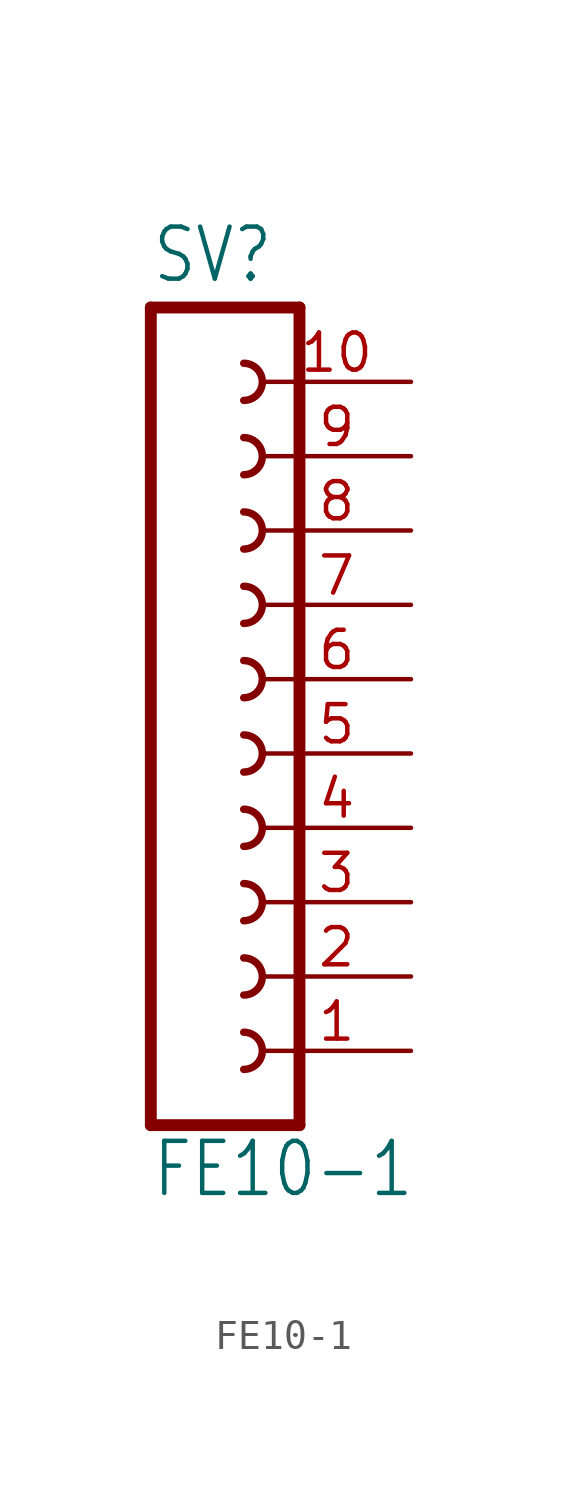
<source format=kicad_sym>
(kicad_symbol_lib
  (version 20211014)
  (generator kicad_symbol_editor)
  (symbol "FE10-1"
    (property "Reference" "SV"
      (at -1.27 16.002 0)
      (effects (font (size 1.778 1.511)) (justify left bottom)))
    (property "Value" "FE10-1"
      (at -1.27 -15.24 0)
      (effects (font (size 1.778 1.511)) (justify left bottom)))
    (property "ki_locked" ""
      (at 0 0 0)
      (effects (font (size 1.27 1.27))))
    (symbol "FE10-1_1_0"
      (polyline (pts (xy -1.27 15.24) (xy -1.27 -12.7)) (stroke (width 0.406) (type default) (color 0 0 0 0)) (fill (type none)))
      (polyline (pts (xy -1.27 15.24) (xy 3.81 15.24)) (stroke (width 0.406) (type default) (color 0 0 0 0)) (fill (type none)))
      (polyline (pts (xy 3.81 -12.7) (xy -1.27 -12.7)) (stroke (width 0.406) (type default) (color 0 0 0 0)) (fill (type none)))
      (polyline (pts (xy 3.81 -12.7) (xy 3.81 15.24)) (stroke (width 0.406) (type default) (color 0 0 0 0)) (fill (type none)))
      (arc (start 1.905 -10.795) (mid 2.54 -10.16) (end 1.905 -9.525) (stroke (width 0.254) (type default) (color 0 0 0 0)) (fill (type none)))
      (arc (start 1.905 -8.255) (mid 2.54 -7.62) (end 1.905 -6.985) (stroke (width 0.254) (type default) (color 0 0 0 0)) (fill (type none)))
      (arc (start 1.905 -5.715) (mid 2.54 -5.08) (end 1.905 -4.445) (stroke (width 0.254) (type default) (color 0 0 0 0)) (fill (type none)))
      (arc (start 1.905 -3.175) (mid 2.54 -2.54) (end 1.905 -1.905) (stroke (width 0.254) (type default) (color 0 0 0 0)) (fill (type none)))
      (arc (start 1.905 -0.635) (mid 2.54 0) (end 1.905 0.635) (stroke (width 0.254) (type default) (color 0 0 0 0)) (fill (type none)))
      (arc (start 1.905 1.905) (mid 2.54 2.54) (end 1.905 3.175) (stroke (width 0.254) (type default) (color 0 0 0 0)) (fill (type none)))
      (arc (start 1.905 4.445) (mid 2.54 5.08) (end 1.905 5.715) (stroke (width 0.254) (type default) (color 0 0 0 0)) (fill (type none)))
      (arc (start 1.905 6.985) (mid 2.54 7.62) (end 1.905 8.255) (stroke (width 0.254) (type default) (color 0 0 0 0)) (fill (type none)))
      (arc (start 1.905 9.525) (mid 2.54 10.16) (end 1.905 10.795) (stroke (width 0.254) (type default) (color 0 0 0 0)) (fill (type none)))
      (arc (start 1.905 12.065) (mid 2.54 12.7) (end 1.905 13.335) (stroke (width 0.254) (type default) (color 0 0 0 0)) (fill (type none)))
      (pin passive line (at 7.62 -10.16 180) (length 5.08) (name "1" (effects (font (size 0 0)))) (number "1" (effects (font (size 1.27 1.27)))))
      (pin passive line (at 7.62 12.7 180) (length 5.08) (name "10" (effects (font (size 0 0)))) (number "10" (effects (font (size 1.27 1.27)))))
      (pin passive line (at 7.62 -7.62 180) (length 5.08) (name "2" (effects (font (size 0 0)))) (number "2" (effects (font (size 1.27 1.27)))))
      (pin passive line (at 7.62 -5.08 180) (length 5.08) (name "3" (effects (font (size 0 0)))) (number "3" (effects (font (size 1.27 1.27)))))
      (pin passive line (at 7.62 -2.54 180) (length 5.08) (name "4" (effects (font (size 0 0)))) (number "4" (effects (font (size 1.27 1.27)))))
      (pin passive line (at 7.62 0 180) (length 5.08) (name "5" (effects (font (size 0 0)))) (number "5" (effects (font (size 1.27 1.27)))))
      (pin passive line (at 7.62 2.54 180) (length 5.08) (name "6" (effects (font (size 0 0)))) (number "6" (effects (font (size 1.27 1.27)))))
      (pin passive line (at 7.62 5.08 180) (length 5.08) (name "7" (effects (font (size 0 0)))) (number "7" (effects (font (size 1.27 1.27)))))
      (pin passive line (at 7.62 7.62 180) (length 5.08) (name "8" (effects (font (size 0 0)))) (number "8" (effects (font (size 1.27 1.27)))))
      (pin passive line (at 7.62 10.16 180) (length 5.08) (name "9" (effects (font (size 0 0)))) (number "9" (effects (font (size 1.27 1.27))))))))
</source>
